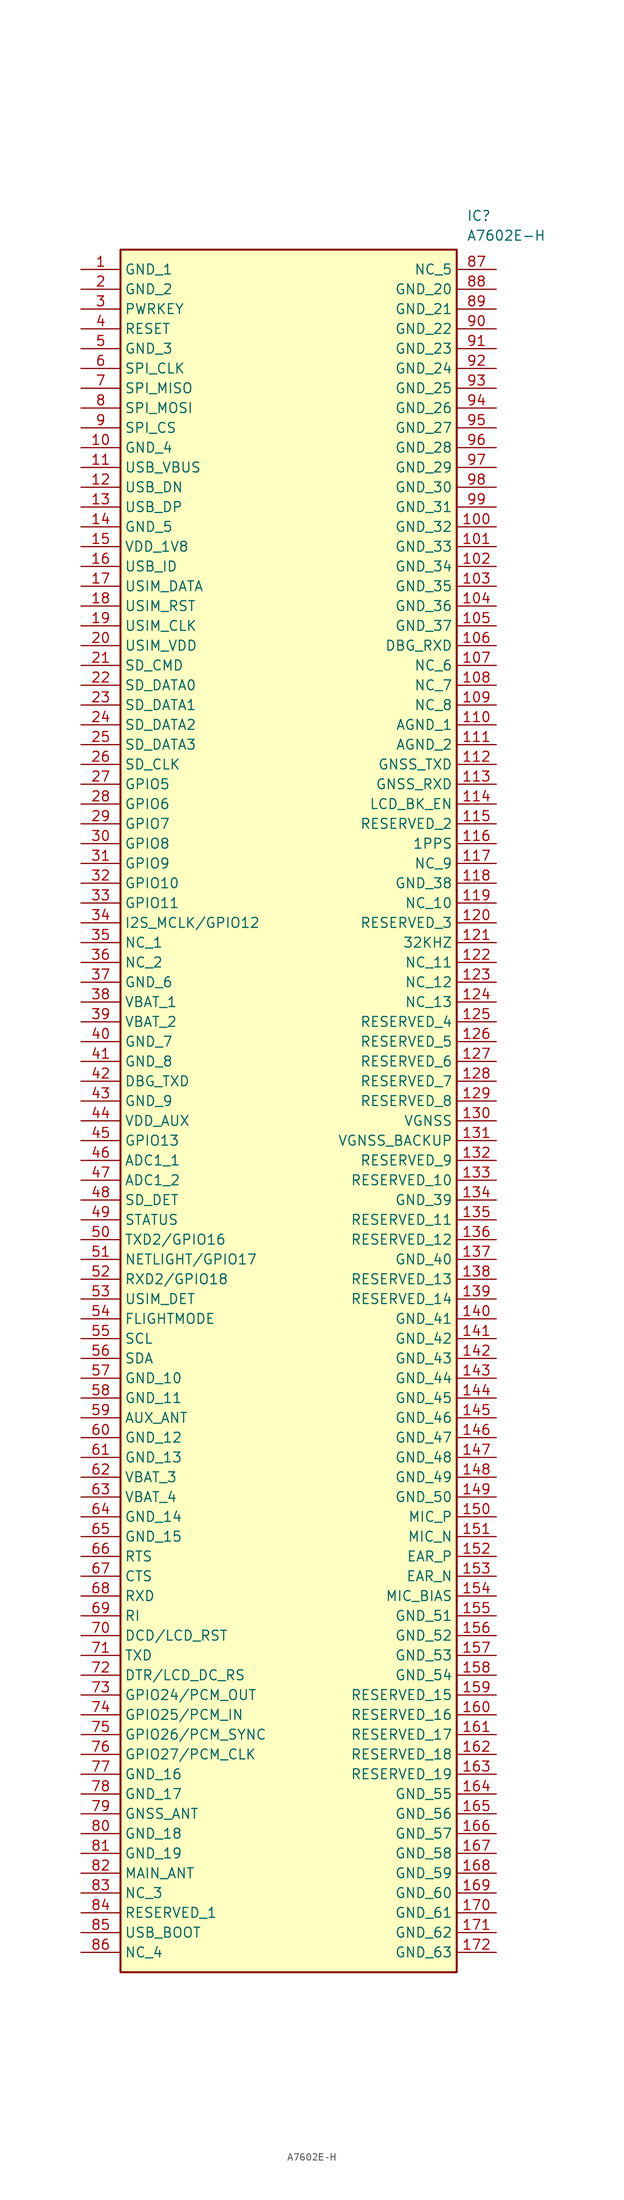
<source format=kicad_sym>
(kicad_symbol_lib
  (version 20211014)
  (generator SamacSys_ECAD_Model)
  (symbol "A7602E-H"
    (property "Reference" "IC"
      (at 49.53 7.62 0)
      (effects (font (size 1.27 1.27)) (justify left top)))
    (property "Value" "A7602E-H"
      (at 49.53 5.08 0)
      (effects (font (size 1.27 1.27)) (justify left top)))
    (rectangle
      (start 5.08 2.54)
      (end 48.26 -218.44)
      (stroke (width 0.254) (type default))
      (fill (type background)))
    (pin passive line
      (at 0 0 0)
      (length 5.08)
      (name "GND_1" (effects (font (size 1.27 1.27))))
      (number "1" (effects (font (size 1.27 1.27)))))
    (pin passive line
      (at 0 -2.54 0)
      (length 5.08)
      (name "GND_2" (effects (font (size 1.27 1.27))))
      (number "2" (effects (font (size 1.27 1.27)))))
    (pin passive line
      (at 0 -5.08 0)
      (length 5.08)
      (name "PWRKEY" (effects (font (size 1.27 1.27))))
      (number "3" (effects (font (size 1.27 1.27)))))
    (pin passive line
      (at 0 -7.62 0)
      (length 5.08)
      (name "RESET" (effects (font (size 1.27 1.27))))
      (number "4" (effects (font (size 1.27 1.27)))))
    (pin passive line
      (at 0 -10.16 0)
      (length 5.08)
      (name "GND_3" (effects (font (size 1.27 1.27))))
      (number "5" (effects (font (size 1.27 1.27)))))
    (pin passive line
      (at 0 -12.7 0)
      (length 5.08)
      (name "SPI_CLK" (effects (font (size 1.27 1.27))))
      (number "6" (effects (font (size 1.27 1.27)))))
    (pin passive line
      (at 0 -15.24 0)
      (length 5.08)
      (name "SPI_MISO" (effects (font (size 1.27 1.27))))
      (number "7" (effects (font (size 1.27 1.27)))))
    (pin passive line
      (at 0 -17.78 0)
      (length 5.08)
      (name "SPI_MOSI" (effects (font (size 1.27 1.27))))
      (number "8" (effects (font (size 1.27 1.27)))))
    (pin passive line
      (at 0 -20.32 0)
      (length 5.08)
      (name "SPI_CS" (effects (font (size 1.27 1.27))))
      (number "9" (effects (font (size 1.27 1.27)))))
    (pin passive line
      (at 0 -22.86 0)
      (length 5.08)
      (name "GND_4" (effects (font (size 1.27 1.27))))
      (number "10" (effects (font (size 1.27 1.27)))))
    (pin passive line
      (at 0 -25.4 0)
      (length 5.08)
      (name "USB_VBUS" (effects (font (size 1.27 1.27))))
      (number "11" (effects (font (size 1.27 1.27)))))
    (pin passive line
      (at 0 -27.94 0)
      (length 5.08)
      (name "USB_DN" (effects (font (size 1.27 1.27))))
      (number "12" (effects (font (size 1.27 1.27)))))
    (pin passive line
      (at 0 -30.48 0)
      (length 5.08)
      (name "USB_DP" (effects (font (size 1.27 1.27))))
      (number "13" (effects (font (size 1.27 1.27)))))
    (pin passive line
      (at 0 -33.02 0)
      (length 5.08)
      (name "GND_5" (effects (font (size 1.27 1.27))))
      (number "14" (effects (font (size 1.27 1.27)))))
    (pin passive line
      (at 0 -35.56 0)
      (length 5.08)
      (name "VDD_1V8" (effects (font (size 1.27 1.27))))
      (number "15" (effects (font (size 1.27 1.27)))))
    (pin passive line
      (at 0 -38.1 0)
      (length 5.08)
      (name "USB_ID" (effects (font (size 1.27 1.27))))
      (number "16" (effects (font (size 1.27 1.27)))))
    (pin passive line
      (at 0 -40.64 0)
      (length 5.08)
      (name "USIM_DATA" (effects (font (size 1.27 1.27))))
      (number "17" (effects (font (size 1.27 1.27)))))
    (pin passive line
      (at 0 -43.18 0)
      (length 5.08)
      (name "USIM_RST" (effects (font (size 1.27 1.27))))
      (number "18" (effects (font (size 1.27 1.27)))))
    (pin passive line
      (at 0 -45.72 0)
      (length 5.08)
      (name "USIM_CLK" (effects (font (size 1.27 1.27))))
      (number "19" (effects (font (size 1.27 1.27)))))
    (pin passive line
      (at 0 -48.26 0)
      (length 5.08)
      (name "USIM_VDD" (effects (font (size 1.27 1.27))))
      (number "20" (effects (font (size 1.27 1.27)))))
    (pin passive line
      (at 0 -50.8 0)
      (length 5.08)
      (name "SD_CMD" (effects (font (size 1.27 1.27))))
      (number "21" (effects (font (size 1.27 1.27)))))
    (pin passive line
      (at 0 -53.34 0)
      (length 5.08)
      (name "SD_DATA0" (effects (font (size 1.27 1.27))))
      (number "22" (effects (font (size 1.27 1.27)))))
    (pin passive line
      (at 0 -55.88 0)
      (length 5.08)
      (name "SD_DATA1" (effects (font (size 1.27 1.27))))
      (number "23" (effects (font (size 1.27 1.27)))))
    (pin passive line
      (at 0 -58.42 0)
      (length 5.08)
      (name "SD_DATA2" (effects (font (size 1.27 1.27))))
      (number "24" (effects (font (size 1.27 1.27)))))
    (pin passive line
      (at 0 -60.96 0)
      (length 5.08)
      (name "SD_DATA3" (effects (font (size 1.27 1.27))))
      (number "25" (effects (font (size 1.27 1.27)))))
    (pin passive line
      (at 0 -63.5 0)
      (length 5.08)
      (name "SD_CLK" (effects (font (size 1.27 1.27))))
      (number "26" (effects (font (size 1.27 1.27)))))
    (pin passive line
      (at 0 -66.04 0)
      (length 5.08)
      (name "GPIO5" (effects (font (size 1.27 1.27))))
      (number "27" (effects (font (size 1.27 1.27)))))
    (pin passive line
      (at 0 -68.58 0)
      (length 5.08)
      (name "GPIO6" (effects (font (size 1.27 1.27))))
      (number "28" (effects (font (size 1.27 1.27)))))
    (pin passive line
      (at 0 -71.12 0)
      (length 5.08)
      (name "GPIO7" (effects (font (size 1.27 1.27))))
      (number "29" (effects (font (size 1.27 1.27)))))
    (pin passive line
      (at 0 -73.66 0)
      (length 5.08)
      (name "GPIO8" (effects (font (size 1.27 1.27))))
      (number "30" (effects (font (size 1.27 1.27)))))
    (pin passive line
      (at 0 -76.2 0)
      (length 5.08)
      (name "GPIO9" (effects (font (size 1.27 1.27))))
      (number "31" (effects (font (size 1.27 1.27)))))
    (pin passive line
      (at 0 -78.74 0)
      (length 5.08)
      (name "GPIO10" (effects (font (size 1.27 1.27))))
      (number "32" (effects (font (size 1.27 1.27)))))
    (pin passive line
      (at 0 -81.28 0)
      (length 5.08)
      (name "GPIO11" (effects (font (size 1.27 1.27))))
      (number "33" (effects (font (size 1.27 1.27)))))
    (pin passive line
      (at 0 -83.82 0)
      (length 5.08)
      (name "I2S_MCLK/GPIO12" (effects (font (size 1.27 1.27))))
      (number "34" (effects (font (size 1.27 1.27)))))
    (pin passive line
      (at 0 -86.36 0)
      (length 5.08)
      (name "NC_1" (effects (font (size 1.27 1.27))))
      (number "35" (effects (font (size 1.27 1.27)))))
    (pin passive line
      (at 0 -88.9 0)
      (length 5.08)
      (name "NC_2" (effects (font (size 1.27 1.27))))
      (number "36" (effects (font (size 1.27 1.27)))))
    (pin passive line
      (at 0 -91.44 0)
      (length 5.08)
      (name "GND_6" (effects (font (size 1.27 1.27))))
      (number "37" (effects (font (size 1.27 1.27)))))
    (pin passive line
      (at 0 -93.98 0)
      (length 5.08)
      (name "VBAT_1" (effects (font (size 1.27 1.27))))
      (number "38" (effects (font (size 1.27 1.27)))))
    (pin passive line
      (at 0 -96.52 0)
      (length 5.08)
      (name "VBAT_2" (effects (font (size 1.27 1.27))))
      (number "39" (effects (font (size 1.27 1.27)))))
    (pin passive line
      (at 0 -99.06 0)
      (length 5.08)
      (name "GND_7" (effects (font (size 1.27 1.27))))
      (number "40" (effects (font (size 1.27 1.27)))))
    (pin passive line
      (at 0 -101.6 0)
      (length 5.08)
      (name "GND_8" (effects (font (size 1.27 1.27))))
      (number "41" (effects (font (size 1.27 1.27)))))
    (pin passive line
      (at 0 -104.14 0)
      (length 5.08)
      (name "DBG_TXD" (effects (font (size 1.27 1.27))))
      (number "42" (effects (font (size 1.27 1.27)))))
    (pin passive line
      (at 0 -106.68 0)
      (length 5.08)
      (name "GND_9" (effects (font (size 1.27 1.27))))
      (number "43" (effects (font (size 1.27 1.27)))))
    (pin passive line
      (at 0 -109.22 0)
      (length 5.08)
      (name "VDD_AUX" (effects (font (size 1.27 1.27))))
      (number "44" (effects (font (size 1.27 1.27)))))
    (pin passive line
      (at 0 -111.76 0)
      (length 5.08)
      (name "GPIO13" (effects (font (size 1.27 1.27))))
      (number "45" (effects (font (size 1.27 1.27)))))
    (pin passive line
      (at 0 -114.3 0)
      (length 5.08)
      (name "ADC1_1" (effects (font (size 1.27 1.27))))
      (number "46" (effects (font (size 1.27 1.27)))))
    (pin passive line
      (at 0 -116.84 0)
      (length 5.08)
      (name "ADC1_2" (effects (font (size 1.27 1.27))))
      (number "47" (effects (font (size 1.27 1.27)))))
    (pin passive line
      (at 0 -119.38 0)
      (length 5.08)
      (name "SD_DET" (effects (font (size 1.27 1.27))))
      (number "48" (effects (font (size 1.27 1.27)))))
    (pin passive line
      (at 0 -121.92 0)
      (length 5.08)
      (name "STATUS" (effects (font (size 1.27 1.27))))
      (number "49" (effects (font (size 1.27 1.27)))))
    (pin passive line
      (at 0 -124.46 0)
      (length 5.08)
      (name "TXD2/GPIO16" (effects (font (size 1.27 1.27))))
      (number "50" (effects (font (size 1.27 1.27)))))
    (pin passive line
      (at 0 -127 0)
      (length 5.08)
      (name "NETLIGHT/GPIO17" (effects (font (size 1.27 1.27))))
      (number "51" (effects (font (size 1.27 1.27)))))
    (pin passive line
      (at 0 -129.54 0)
      (length 5.08)
      (name "RXD2/GPIO18" (effects (font (size 1.27 1.27))))
      (number "52" (effects (font (size 1.27 1.27)))))
    (pin passive line
      (at 0 -132.08 0)
      (length 5.08)
      (name "USIM_DET" (effects (font (size 1.27 1.27))))
      (number "53" (effects (font (size 1.27 1.27)))))
    (pin passive line
      (at 0 -134.62 0)
      (length 5.08)
      (name "FLIGHTMODE" (effects (font (size 1.27 1.27))))
      (number "54" (effects (font (size 1.27 1.27)))))
    (pin passive line
      (at 0 -137.16 0)
      (length 5.08)
      (name "SCL" (effects (font (size 1.27 1.27))))
      (number "55" (effects (font (size 1.27 1.27)))))
    (pin passive line
      (at 0 -139.7 0)
      (length 5.08)
      (name "SDA" (effects (font (size 1.27 1.27))))
      (number "56" (effects (font (size 1.27 1.27)))))
    (pin passive line
      (at 0 -142.24 0)
      (length 5.08)
      (name "GND_10" (effects (font (size 1.27 1.27))))
      (number "57" (effects (font (size 1.27 1.27)))))
    (pin passive line
      (at 0 -144.78 0)
      (length 5.08)
      (name "GND_11" (effects (font (size 1.27 1.27))))
      (number "58" (effects (font (size 1.27 1.27)))))
    (pin passive line
      (at 0 -147.32 0)
      (length 5.08)
      (name "AUX_ANT" (effects (font (size 1.27 1.27))))
      (number "59" (effects (font (size 1.27 1.27)))))
    (pin passive line
      (at 0 -149.86 0)
      (length 5.08)
      (name "GND_12" (effects (font (size 1.27 1.27))))
      (number "60" (effects (font (size 1.27 1.27)))))
    (pin passive line
      (at 0 -152.4 0)
      (length 5.08)
      (name "GND_13" (effects (font (size 1.27 1.27))))
      (number "61" (effects (font (size 1.27 1.27)))))
    (pin passive line
      (at 0 -154.94 0)
      (length 5.08)
      (name "VBAT_3" (effects (font (size 1.27 1.27))))
      (number "62" (effects (font (size 1.27 1.27)))))
    (pin passive line
      (at 0 -157.48 0)
      (length 5.08)
      (name "VBAT_4" (effects (font (size 1.27 1.27))))
      (number "63" (effects (font (size 1.27 1.27)))))
    (pin passive line
      (at 0 -160.02 0)
      (length 5.08)
      (name "GND_14" (effects (font (size 1.27 1.27))))
      (number "64" (effects (font (size 1.27 1.27)))))
    (pin passive line
      (at 0 -162.56 0)
      (length 5.08)
      (name "GND_15" (effects (font (size 1.27 1.27))))
      (number "65" (effects (font (size 1.27 1.27)))))
    (pin passive line
      (at 0 -165.1 0)
      (length 5.08)
      (name "RTS" (effects (font (size 1.27 1.27))))
      (number "66" (effects (font (size 1.27 1.27)))))
    (pin passive line
      (at 0 -167.64 0)
      (length 5.08)
      (name "CTS" (effects (font (size 1.27 1.27))))
      (number "67" (effects (font (size 1.27 1.27)))))
    (pin passive line
      (at 0 -170.18 0)
      (length 5.08)
      (name "RXD" (effects (font (size 1.27 1.27))))
      (number "68" (effects (font (size 1.27 1.27)))))
    (pin passive line
      (at 0 -172.72 0)
      (length 5.08)
      (name "RI" (effects (font (size 1.27 1.27))))
      (number "69" (effects (font (size 1.27 1.27)))))
    (pin passive line
      (at 0 -175.26 0)
      (length 5.08)
      (name "DCD/LCD_RST" (effects (font (size 1.27 1.27))))
      (number "70" (effects (font (size 1.27 1.27)))))
    (pin passive line
      (at 0 -177.8 0)
      (length 5.08)
      (name "TXD" (effects (font (size 1.27 1.27))))
      (number "71" (effects (font (size 1.27 1.27)))))
    (pin passive line
      (at 0 -180.34 0)
      (length 5.08)
      (name "DTR/LCD_DC_RS" (effects (font (size 1.27 1.27))))
      (number "72" (effects (font (size 1.27 1.27)))))
    (pin passive line
      (at 0 -182.88 0)
      (length 5.08)
      (name "GPIO24/PCM_OUT" (effects (font (size 1.27 1.27))))
      (number "73" (effects (font (size 1.27 1.27)))))
    (pin passive line
      (at 0 -185.42 0)
      (length 5.08)
      (name "GPIO25/PCM_IN" (effects (font (size 1.27 1.27))))
      (number "74" (effects (font (size 1.27 1.27)))))
    (pin passive line
      (at 0 -187.96 0)
      (length 5.08)
      (name "GPIO26/PCM_SYNC" (effects (font (size 1.27 1.27))))
      (number "75" (effects (font (size 1.27 1.27)))))
    (pin passive line
      (at 0 -190.5 0)
      (length 5.08)
      (name "GPIO27/PCM_CLK" (effects (font (size 1.27 1.27))))
      (number "76" (effects (font (size 1.27 1.27)))))
    (pin passive line
      (at 0 -193.04 0)
      (length 5.08)
      (name "GND_16" (effects (font (size 1.27 1.27))))
      (number "77" (effects (font (size 1.27 1.27)))))
    (pin passive line
      (at 0 -195.58 0)
      (length 5.08)
      (name "GND_17" (effects (font (size 1.27 1.27))))
      (number "78" (effects (font (size 1.27 1.27)))))
    (pin passive line
      (at 0 -198.12 0)
      (length 5.08)
      (name "GNSS_ANT" (effects (font (size 1.27 1.27))))
      (number "79" (effects (font (size 1.27 1.27)))))
    (pin passive line
      (at 0 -200.66 0)
      (length 5.08)
      (name "GND_18" (effects (font (size 1.27 1.27))))
      (number "80" (effects (font (size 1.27 1.27)))))
    (pin passive line
      (at 0 -203.2 0)
      (length 5.08)
      (name "GND_19" (effects (font (size 1.27 1.27))))
      (number "81" (effects (font (size 1.27 1.27)))))
    (pin passive line
      (at 0 -205.74 0)
      (length 5.08)
      (name "MAIN_ANT" (effects (font (size 1.27 1.27))))
      (number "82" (effects (font (size 1.27 1.27)))))
    (pin passive line
      (at 0 -208.28 0)
      (length 5.08)
      (name "NC_3" (effects (font (size 1.27 1.27))))
      (number "83" (effects (font (size 1.27 1.27)))))
    (pin passive line
      (at 0 -210.82 0)
      (length 5.08)
      (name "RESERVED_1" (effects (font (size 1.27 1.27))))
      (number "84" (effects (font (size 1.27 1.27)))))
    (pin passive line
      (at 0 -213.36 0)
      (length 5.08)
      (name "USB_BOOT" (effects (font (size 1.27 1.27))))
      (number "85" (effects (font (size 1.27 1.27)))))
    (pin passive line
      (at 0 -215.9 0)
      (length 5.08)
      (name "NC_4" (effects (font (size 1.27 1.27))))
      (number "86" (effects (font (size 1.27 1.27)))))
    (pin passive line
      (at 53.34 0 180)
      (length 5.08)
      (name "NC_5" (effects (font (size 1.27 1.27))))
      (number "87" (effects (font (size 1.27 1.27)))))
    (pin passive line
      (at 53.34 -2.54 180)
      (length 5.08)
      (name "GND_20" (effects (font (size 1.27 1.27))))
      (number "88" (effects (font (size 1.27 1.27)))))
    (pin passive line
      (at 53.34 -5.08 180)
      (length 5.08)
      (name "GND_21" (effects (font (size 1.27 1.27))))
      (number "89" (effects (font (size 1.27 1.27)))))
    (pin passive line
      (at 53.34 -7.62 180)
      (length 5.08)
      (name "GND_22" (effects (font (size 1.27 1.27))))
      (number "90" (effects (font (size 1.27 1.27)))))
    (pin passive line
      (at 53.34 -10.16 180)
      (length 5.08)
      (name "GND_23" (effects (font (size 1.27 1.27))))
      (number "91" (effects (font (size 1.27 1.27)))))
    (pin passive line
      (at 53.34 -12.7 180)
      (length 5.08)
      (name "GND_24" (effects (font (size 1.27 1.27))))
      (number "92" (effects (font (size 1.27 1.27)))))
    (pin passive line
      (at 53.34 -15.24 180)
      (length 5.08)
      (name "GND_25" (effects (font (size 1.27 1.27))))
      (number "93" (effects (font (size 1.27 1.27)))))
    (pin passive line
      (at 53.34 -17.78 180)
      (length 5.08)
      (name "GND_26" (effects (font (size 1.27 1.27))))
      (number "94" (effects (font (size 1.27 1.27)))))
    (pin passive line
      (at 53.34 -20.32 180)
      (length 5.08)
      (name "GND_27" (effects (font (size 1.27 1.27))))
      (number "95" (effects (font (size 1.27 1.27)))))
    (pin passive line
      (at 53.34 -22.86 180)
      (length 5.08)
      (name "GND_28" (effects (font (size 1.27 1.27))))
      (number "96" (effects (font (size 1.27 1.27)))))
    (pin passive line
      (at 53.34 -25.4 180)
      (length 5.08)
      (name "GND_29" (effects (font (size 1.27 1.27))))
      (number "97" (effects (font (size 1.27 1.27)))))
    (pin passive line
      (at 53.34 -27.94 180)
      (length 5.08)
      (name "GND_30" (effects (font (size 1.27 1.27))))
      (number "98" (effects (font (size 1.27 1.27)))))
    (pin passive line
      (at 53.34 -30.48 180)
      (length 5.08)
      (name "GND_31" (effects (font (size 1.27 1.27))))
      (number "99" (effects (font (size 1.27 1.27)))))
    (pin passive line
      (at 53.34 -33.02 180)
      (length 5.08)
      (name "GND_32" (effects (font (size 1.27 1.27))))
      (number "100" (effects (font (size 1.27 1.27)))))
    (pin passive line
      (at 53.34 -35.56 180)
      (length 5.08)
      (name "GND_33" (effects (font (size 1.27 1.27))))
      (number "101" (effects (font (size 1.27 1.27)))))
    (pin passive line
      (at 53.34 -38.1 180)
      (length 5.08)
      (name "GND_34" (effects (font (size 1.27 1.27))))
      (number "102" (effects (font (size 1.27 1.27)))))
    (pin passive line
      (at 53.34 -40.64 180)
      (length 5.08)
      (name "GND_35" (effects (font (size 1.27 1.27))))
      (number "103" (effects (font (size 1.27 1.27)))))
    (pin passive line
      (at 53.34 -43.18 180)
      (length 5.08)
      (name "GND_36" (effects (font (size 1.27 1.27))))
      (number "104" (effects (font (size 1.27 1.27)))))
    (pin passive line
      (at 53.34 -45.72 180)
      (length 5.08)
      (name "GND_37" (effects (font (size 1.27 1.27))))
      (number "105" (effects (font (size 1.27 1.27)))))
    (pin passive line
      (at 53.34 -48.26 180)
      (length 5.08)
      (name "DBG_RXD" (effects (font (size 1.27 1.27))))
      (number "106" (effects (font (size 1.27 1.27)))))
    (pin passive line
      (at 53.34 -50.8 180)
      (length 5.08)
      (name "NC_6" (effects (font (size 1.27 1.27))))
      (number "107" (effects (font (size 1.27 1.27)))))
    (pin passive line
      (at 53.34 -53.34 180)
      (length 5.08)
      (name "NC_7" (effects (font (size 1.27 1.27))))
      (number "108" (effects (font (size 1.27 1.27)))))
    (pin passive line
      (at 53.34 -55.88 180)
      (length 5.08)
      (name "NC_8" (effects (font (size 1.27 1.27))))
      (number "109" (effects (font (size 1.27 1.27)))))
    (pin passive line
      (at 53.34 -58.42 180)
      (length 5.08)
      (name "AGND_1" (effects (font (size 1.27 1.27))))
      (number "110" (effects (font (size 1.27 1.27)))))
    (pin passive line
      (at 53.34 -60.96 180)
      (length 5.08)
      (name "AGND_2" (effects (font (size 1.27 1.27))))
      (number "111" (effects (font (size 1.27 1.27)))))
    (pin passive line
      (at 53.34 -63.5 180)
      (length 5.08)
      (name "GNSS_TXD" (effects (font (size 1.27 1.27))))
      (number "112" (effects (font (size 1.27 1.27)))))
    (pin passive line
      (at 53.34 -66.04 180)
      (length 5.08)
      (name "GNSS_RXD" (effects (font (size 1.27 1.27))))
      (number "113" (effects (font (size 1.27 1.27)))))
    (pin passive line
      (at 53.34 -68.58 180)
      (length 5.08)
      (name "LCD_BK_EN" (effects (font (size 1.27 1.27))))
      (number "114" (effects (font (size 1.27 1.27)))))
    (pin passive line
      (at 53.34 -71.12 180)
      (length 5.08)
      (name "RESERVED_2" (effects (font (size 1.27 1.27))))
      (number "115" (effects (font (size 1.27 1.27)))))
    (pin passive line
      (at 53.34 -73.66 180)
      (length 5.08)
      (name "1PPS" (effects (font (size 1.27 1.27))))
      (number "116" (effects (font (size 1.27 1.27)))))
    (pin passive line
      (at 53.34 -76.2 180)
      (length 5.08)
      (name "NC_9" (effects (font (size 1.27 1.27))))
      (number "117" (effects (font (size 1.27 1.27)))))
    (pin passive line
      (at 53.34 -78.74 180)
      (length 5.08)
      (name "GND_38" (effects (font (size 1.27 1.27))))
      (number "118" (effects (font (size 1.27 1.27)))))
    (pin passive line
      (at 53.34 -81.28 180)
      (length 5.08)
      (name "NC_10" (effects (font (size 1.27 1.27))))
      (number "119" (effects (font (size 1.27 1.27)))))
    (pin passive line
      (at 53.34 -83.82 180)
      (length 5.08)
      (name "RESERVED_3" (effects (font (size 1.27 1.27))))
      (number "120" (effects (font (size 1.27 1.27)))))
    (pin passive line
      (at 53.34 -86.36 180)
      (length 5.08)
      (name "32KHZ" (effects (font (size 1.27 1.27))))
      (number "121" (effects (font (size 1.27 1.27)))))
    (pin passive line
      (at 53.34 -88.9 180)
      (length 5.08)
      (name "NC_11" (effects (font (size 1.27 1.27))))
      (number "122" (effects (font (size 1.27 1.27)))))
    (pin passive line
      (at 53.34 -91.44 180)
      (length 5.08)
      (name "NC_12" (effects (font (size 1.27 1.27))))
      (number "123" (effects (font (size 1.27 1.27)))))
    (pin passive line
      (at 53.34 -93.98 180)
      (length 5.08)
      (name "NC_13" (effects (font (size 1.27 1.27))))
      (number "124" (effects (font (size 1.27 1.27)))))
    (pin passive line
      (at 53.34 -96.52 180)
      (length 5.08)
      (name "RESERVED_4" (effects (font (size 1.27 1.27))))
      (number "125" (effects (font (size 1.27 1.27)))))
    (pin passive line
      (at 53.34 -99.06 180)
      (length 5.08)
      (name "RESERVED_5" (effects (font (size 1.27 1.27))))
      (number "126" (effects (font (size 1.27 1.27)))))
    (pin passive line
      (at 53.34 -101.6 180)
      (length 5.08)
      (name "RESERVED_6" (effects (font (size 1.27 1.27))))
      (number "127" (effects (font (size 1.27 1.27)))))
    (pin passive line
      (at 53.34 -104.14 180)
      (length 5.08)
      (name "RESERVED_7" (effects (font (size 1.27 1.27))))
      (number "128" (effects (font (size 1.27 1.27)))))
    (pin passive line
      (at 53.34 -106.68 180)
      (length 5.08)
      (name "RESERVED_8" (effects (font (size 1.27 1.27))))
      (number "129" (effects (font (size 1.27 1.27)))))
    (pin passive line
      (at 53.34 -109.22 180)
      (length 5.08)
      (name "VGNSS" (effects (font (size 1.27 1.27))))
      (number "130" (effects (font (size 1.27 1.27)))))
    (pin passive line
      (at 53.34 -111.76 180)
      (length 5.08)
      (name "VGNSS_BACKUP" (effects (font (size 1.27 1.27))))
      (number "131" (effects (font (size 1.27 1.27)))))
    (pin passive line
      (at 53.34 -114.3 180)
      (length 5.08)
      (name "RESERVED_9" (effects (font (size 1.27 1.27))))
      (number "132" (effects (font (size 1.27 1.27)))))
    (pin passive line
      (at 53.34 -116.84 180)
      (length 5.08)
      (name "RESERVED_10" (effects (font (size 1.27 1.27))))
      (number "133" (effects (font (size 1.27 1.27)))))
    (pin passive line
      (at 53.34 -119.38 180)
      (length 5.08)
      (name "GND_39" (effects (font (size 1.27 1.27))))
      (number "134" (effects (font (size 1.27 1.27)))))
    (pin passive line
      (at 53.34 -121.92 180)
      (length 5.08)
      (name "RESERVED_11" (effects (font (size 1.27 1.27))))
      (number "135" (effects (font (size 1.27 1.27)))))
    (pin passive line
      (at 53.34 -124.46 180)
      (length 5.08)
      (name "RESERVED_12" (effects (font (size 1.27 1.27))))
      (number "136" (effects (font (size 1.27 1.27)))))
    (pin passive line
      (at 53.34 -127 180)
      (length 5.08)
      (name "GND_40" (effects (font (size 1.27 1.27))))
      (number "137" (effects (font (size 1.27 1.27)))))
    (pin passive line
      (at 53.34 -129.54 180)
      (length 5.08)
      (name "RESERVED_13" (effects (font (size 1.27 1.27))))
      (number "138" (effects (font (size 1.27 1.27)))))
    (pin passive line
      (at 53.34 -132.08 180)
      (length 5.08)
      (name "RESERVED_14" (effects (font (size 1.27 1.27))))
      (number "139" (effects (font (size 1.27 1.27)))))
    (pin passive line
      (at 53.34 -134.62 180)
      (length 5.08)
      (name "GND_41" (effects (font (size 1.27 1.27))))
      (number "140" (effects (font (size 1.27 1.27)))))
    (pin passive line
      (at 53.34 -137.16 180)
      (length 5.08)
      (name "GND_42" (effects (font (size 1.27 1.27))))
      (number "141" (effects (font (size 1.27 1.27)))))
    (pin passive line
      (at 53.34 -139.7 180)
      (length 5.08)
      (name "GND_43" (effects (font (size 1.27 1.27))))
      (number "142" (effects (font (size 1.27 1.27)))))
    (pin passive line
      (at 53.34 -142.24 180)
      (length 5.08)
      (name "GND_44" (effects (font (size 1.27 1.27))))
      (number "143" (effects (font (size 1.27 1.27)))))
    (pin passive line
      (at 53.34 -144.78 180)
      (length 5.08)
      (name "GND_45" (effects (font (size 1.27 1.27))))
      (number "144" (effects (font (size 1.27 1.27)))))
    (pin passive line
      (at 53.34 -147.32 180)
      (length 5.08)
      (name "GND_46" (effects (font (size 1.27 1.27))))
      (number "145" (effects (font (size 1.27 1.27)))))
    (pin passive line
      (at 53.34 -149.86 180)
      (length 5.08)
      (name "GND_47" (effects (font (size 1.27 1.27))))
      (number "146" (effects (font (size 1.27 1.27)))))
    (pin passive line
      (at 53.34 -152.4 180)
      (length 5.08)
      (name "GND_48" (effects (font (size 1.27 1.27))))
      (number "147" (effects (font (size 1.27 1.27)))))
    (pin passive line
      (at 53.34 -154.94 180)
      (length 5.08)
      (name "GND_49" (effects (font (size 1.27 1.27))))
      (number "148" (effects (font (size 1.27 1.27)))))
    (pin passive line
      (at 53.34 -157.48 180)
      (length 5.08)
      (name "GND_50" (effects (font (size 1.27 1.27))))
      (number "149" (effects (font (size 1.27 1.27)))))
    (pin passive line
      (at 53.34 -160.02 180)
      (length 5.08)
      (name "MIC_P" (effects (font (size 1.27 1.27))))
      (number "150" (effects (font (size 1.27 1.27)))))
    (pin passive line
      (at 53.34 -162.56 180)
      (length 5.08)
      (name "MIC_N" (effects (font (size 1.27 1.27))))
      (number "151" (effects (font (size 1.27 1.27)))))
    (pin passive line
      (at 53.34 -165.1 180)
      (length 5.08)
      (name "EAR_P" (effects (font (size 1.27 1.27))))
      (number "152" (effects (font (size 1.27 1.27)))))
    (pin passive line
      (at 53.34 -167.64 180)
      (length 5.08)
      (name "EAR_N" (effects (font (size 1.27 1.27))))
      (number "153" (effects (font (size 1.27 1.27)))))
    (pin passive line
      (at 53.34 -170.18 180)
      (length 5.08)
      (name "MIC_BIAS" (effects (font (size 1.27 1.27))))
      (number "154" (effects (font (size 1.27 1.27)))))
    (pin passive line
      (at 53.34 -172.72 180)
      (length 5.08)
      (name "GND_51" (effects (font (size 1.27 1.27))))
      (number "155" (effects (font (size 1.27 1.27)))))
    (pin passive line
      (at 53.34 -175.26 180)
      (length 5.08)
      (name "GND_52" (effects (font (size 1.27 1.27))))
      (number "156" (effects (font (size 1.27 1.27)))))
    (pin passive line
      (at 53.34 -177.8 180)
      (length 5.08)
      (name "GND_53" (effects (font (size 1.27 1.27))))
      (number "157" (effects (font (size 1.27 1.27)))))
    (pin passive line
      (at 53.34 -180.34 180)
      (length 5.08)
      (name "GND_54" (effects (font (size 1.27 1.27))))
      (number "158" (effects (font (size 1.27 1.27)))))
    (pin passive line
      (at 53.34 -182.88 180)
      (length 5.08)
      (name "RESERVED_15" (effects (font (size 1.27 1.27))))
      (number "159" (effects (font (size 1.27 1.27)))))
    (pin passive line
      (at 53.34 -185.42 180)
      (length 5.08)
      (name "RESERVED_16" (effects (font (size 1.27 1.27))))
      (number "160" (effects (font (size 1.27 1.27)))))
    (pin passive line
      (at 53.34 -187.96 180)
      (length 5.08)
      (name "RESERVED_17" (effects (font (size 1.27 1.27))))
      (number "161" (effects (font (size 1.27 1.27)))))
    (pin passive line
      (at 53.34 -190.5 180)
      (length 5.08)
      (name "RESERVED_18" (effects (font (size 1.27 1.27))))
      (number "162" (effects (font (size 1.27 1.27)))))
    (pin passive line
      (at 53.34 -193.04 180)
      (length 5.08)
      (name "RESERVED_19" (effects (font (size 1.27 1.27))))
      (number "163" (effects (font (size 1.27 1.27)))))
    (pin passive line
      (at 53.34 -195.58 180)
      (length 5.08)
      (name "GND_55" (effects (font (size 1.27 1.27))))
      (number "164" (effects (font (size 1.27 1.27)))))
    (pin passive line
      (at 53.34 -198.12 180)
      (length 5.08)
      (name "GND_56" (effects (font (size 1.27 1.27))))
      (number "165" (effects (font (size 1.27 1.27)))))
    (pin passive line
      (at 53.34 -200.66 180)
      (length 5.08)
      (name "GND_57" (effects (font (size 1.27 1.27))))
      (number "166" (effects (font (size 1.27 1.27)))))
    (pin passive line
      (at 53.34 -203.2 180)
      (length 5.08)
      (name "GND_58" (effects (font (size 1.27 1.27))))
      (number "167" (effects (font (size 1.27 1.27)))))
    (pin passive line
      (at 53.34 -205.74 180)
      (length 5.08)
      (name "GND_59" (effects (font (size 1.27 1.27))))
      (number "168" (effects (font (size 1.27 1.27)))))
    (pin passive line
      (at 53.34 -208.28 180)
      (length 5.08)
      (name "GND_60" (effects (font (size 1.27 1.27))))
      (number "169" (effects (font (size 1.27 1.27)))))
    (pin passive line
      (at 53.34 -210.82 180)
      (length 5.08)
      (name "GND_61" (effects (font (size 1.27 1.27))))
      (number "170" (effects (font (size 1.27 1.27)))))
    (pin passive line
      (at 53.34 -213.36 180)
      (length 5.08)
      (name "GND_62" (effects (font (size 1.27 1.27))))
      (number "171" (effects (font (size 1.27 1.27)))))
    (pin passive line
      (at 53.34 -215.9 180)
      (length 5.08)
      (name "GND_63" (effects (font (size 1.27 1.27))))
      (number "172" (effects (font (size 1.27 1.27)))))))
</source>
